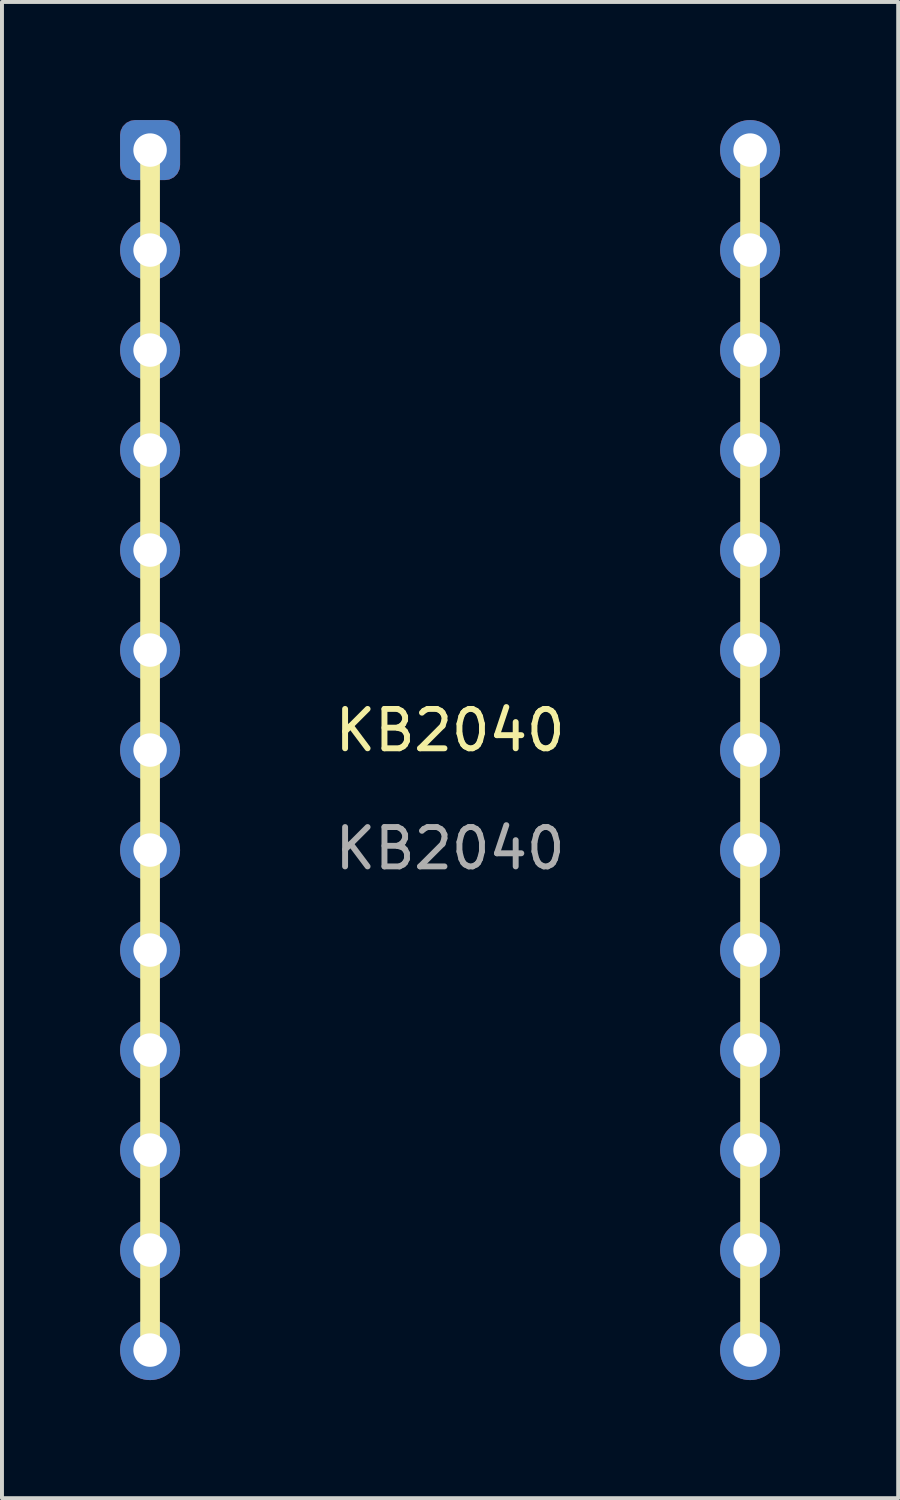
<source format=kicad_pcb>
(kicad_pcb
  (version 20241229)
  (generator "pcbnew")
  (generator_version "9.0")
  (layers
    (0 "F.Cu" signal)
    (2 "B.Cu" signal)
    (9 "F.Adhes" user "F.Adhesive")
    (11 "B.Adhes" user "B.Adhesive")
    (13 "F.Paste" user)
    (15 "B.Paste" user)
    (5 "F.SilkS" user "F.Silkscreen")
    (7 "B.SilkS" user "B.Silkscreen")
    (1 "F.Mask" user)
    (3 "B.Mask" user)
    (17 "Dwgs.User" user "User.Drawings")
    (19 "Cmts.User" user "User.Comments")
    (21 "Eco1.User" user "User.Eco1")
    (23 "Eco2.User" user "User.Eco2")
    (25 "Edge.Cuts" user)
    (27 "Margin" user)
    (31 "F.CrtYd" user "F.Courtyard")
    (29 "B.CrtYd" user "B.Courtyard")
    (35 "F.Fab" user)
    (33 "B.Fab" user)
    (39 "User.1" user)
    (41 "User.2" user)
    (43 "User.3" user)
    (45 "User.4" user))
  (footprint "KB2040"
    (layer "F.Cu")
    (at 8.382 16.002)
    (property "Reference" "KB2040" (at 0 -0.5 0) (unlocked yes) (layer "F.SilkS") (effects (font (size 1 1) (thickness 0.15))))
    (attr through_hole)
    (fp_line (start -7.62 -15.24) (end -7.62 15.24) (stroke (width 0.5) (type solid)) (layer "F.SilkS"))
    (fp_line (start 7.62 15.24) (end 7.62 -15.24) (stroke (width 0.5) (type solid)) (layer "F.SilkS"))
    (fp_text user "${REFERENCE}" (at 0 2.5 0) (unlocked yes) (layer "F.Fab") (effects (font (size 1 1) (thickness 0.15))))
    (pad "0" thru_hole roundrect (at -7.62 -15.24) (size 1.524 1.524) (drill 0.85) (layers "*.Cu" "*.Mask") (roundrect_rratio 0.25))
    (pad "1" thru_hole circle (at -7.62 -12.7) (size 1.524 1.524) (drill 0.85) (layers "*.Cu" "*.Mask"))
    (pad "2" thru_hole circle (at -7.62 -10.16) (size 1.524 1.524) (drill 0.85) (layers "*.Cu" "*.Mask"))
    (pad "3" thru_hole circle (at -7.62 -7.62) (size 1.524 1.524) (drill 0.85) (layers "*.Cu" "*.Mask"))
    (pad "4" thru_hole circle (at -7.62 -5.08) (size 1.524 1.524) (drill 0.85) (layers "*.Cu" "*.Mask"))
    (pad "5" thru_hole circle (at -7.62 -2.54) (size 1.524 1.524) (drill 0.85) (layers "*.Cu" "*.Mask"))
    (pad "6" thru_hole circle (at -7.62 0) (size 1.524 1.524) (drill 0.85) (layers "*.Cu" "*.Mask"))
    (pad "7" thru_hole circle (at -7.62 2.54) (size 1.524 1.524) (drill 0.85) (layers "*.Cu" "*.Mask"))
    (pad "8" thru_hole circle (at -7.62 5.08) (size 1.524 1.524) (drill 0.85) (layers "*.Cu" "*.Mask"))
    (pad "9" thru_hole circle (at -7.62 7.62) (size 1.524 1.524) (drill 0.85) (layers "*.Cu" "*.Mask"))
    (pad "10" thru_hole circle (at -7.62 10.16) (size 1.524 1.524) (drill 0.85) (layers "*.Cu" "*.Mask"))
    (pad "11" thru_hole circle (at -7.62 12.7) (size 1.524 1.524) (drill 0.85) (layers "*.Cu" "*.Mask"))
    (pad "12" thru_hole circle (at -7.62 15.24) (size 1.524 1.524) (drill 0.85) (layers "*.Cu" "*.Mask"))
    (pad "13" thru_hole circle (at 7.62 15.24) (size 1.524 1.524) (drill 0.85) (layers "*.Cu" "*.Mask"))
    (pad "14" thru_hole circle (at 7.62 12.7) (size 1.524 1.524) (drill 0.85) (layers "*.Cu" "*.Mask"))
    (pad "15" thru_hole circle (at 7.62 10.16) (size 1.524 1.524) (drill 0.85) (layers "*.Cu" "*.Mask"))
    (pad "16" thru_hole circle (at 7.62 7.62) (size 1.524 1.524) (drill 0.85) (layers "*.Cu" "*.Mask"))
    (pad "17" thru_hole circle (at 7.62 5.08) (size 1.524 1.524) (drill 0.85) (layers "*.Cu" "*.Mask"))
    (pad "18" thru_hole circle (at 7.62 2.54) (size 1.524 1.524) (drill 0.85) (layers "*.Cu" "*.Mask"))
    (pad "19" thru_hole circle (at 7.62 0) (size 1.524 1.524) (drill 0.85) (layers "*.Cu" "*.Mask"))
    (pad "20" thru_hole circle (at 7.62 -2.54) (size 1.524 1.524) (drill 0.85) (layers "*.Cu" "*.Mask"))
    (pad "21" thru_hole circle (at 7.62 -5.08) (size 1.524 1.524) (drill 0.85) (layers "*.Cu" "*.Mask"))
    (pad "22" thru_hole circle (at 7.62 -7.62) (size 1.524 1.524) (drill 0.85) (layers "*.Cu" "*.Mask"))
    (pad "23" thru_hole circle (at 7.62 -10.16) (size 1.524 1.524) (drill 0.85) (layers "*.Cu" "*.Mask"))
    (pad "24" thru_hole circle (at 7.62 -12.7) (size 1.524 1.524) (drill 0.85) (layers "*.Cu" "*.Mask"))
    (pad "25" thru_hole circle (at 7.62 -15.24) (size 1.524 1.524) (drill 0.85) (layers "*.Cu" "*.Mask")))
  (gr_rect
    (start -3 -3)
    (end 19.764 35.004)
    (stroke (width 0.1) (type default))
    (fill no)
    (layer "Edge.Cuts")))
</source>
